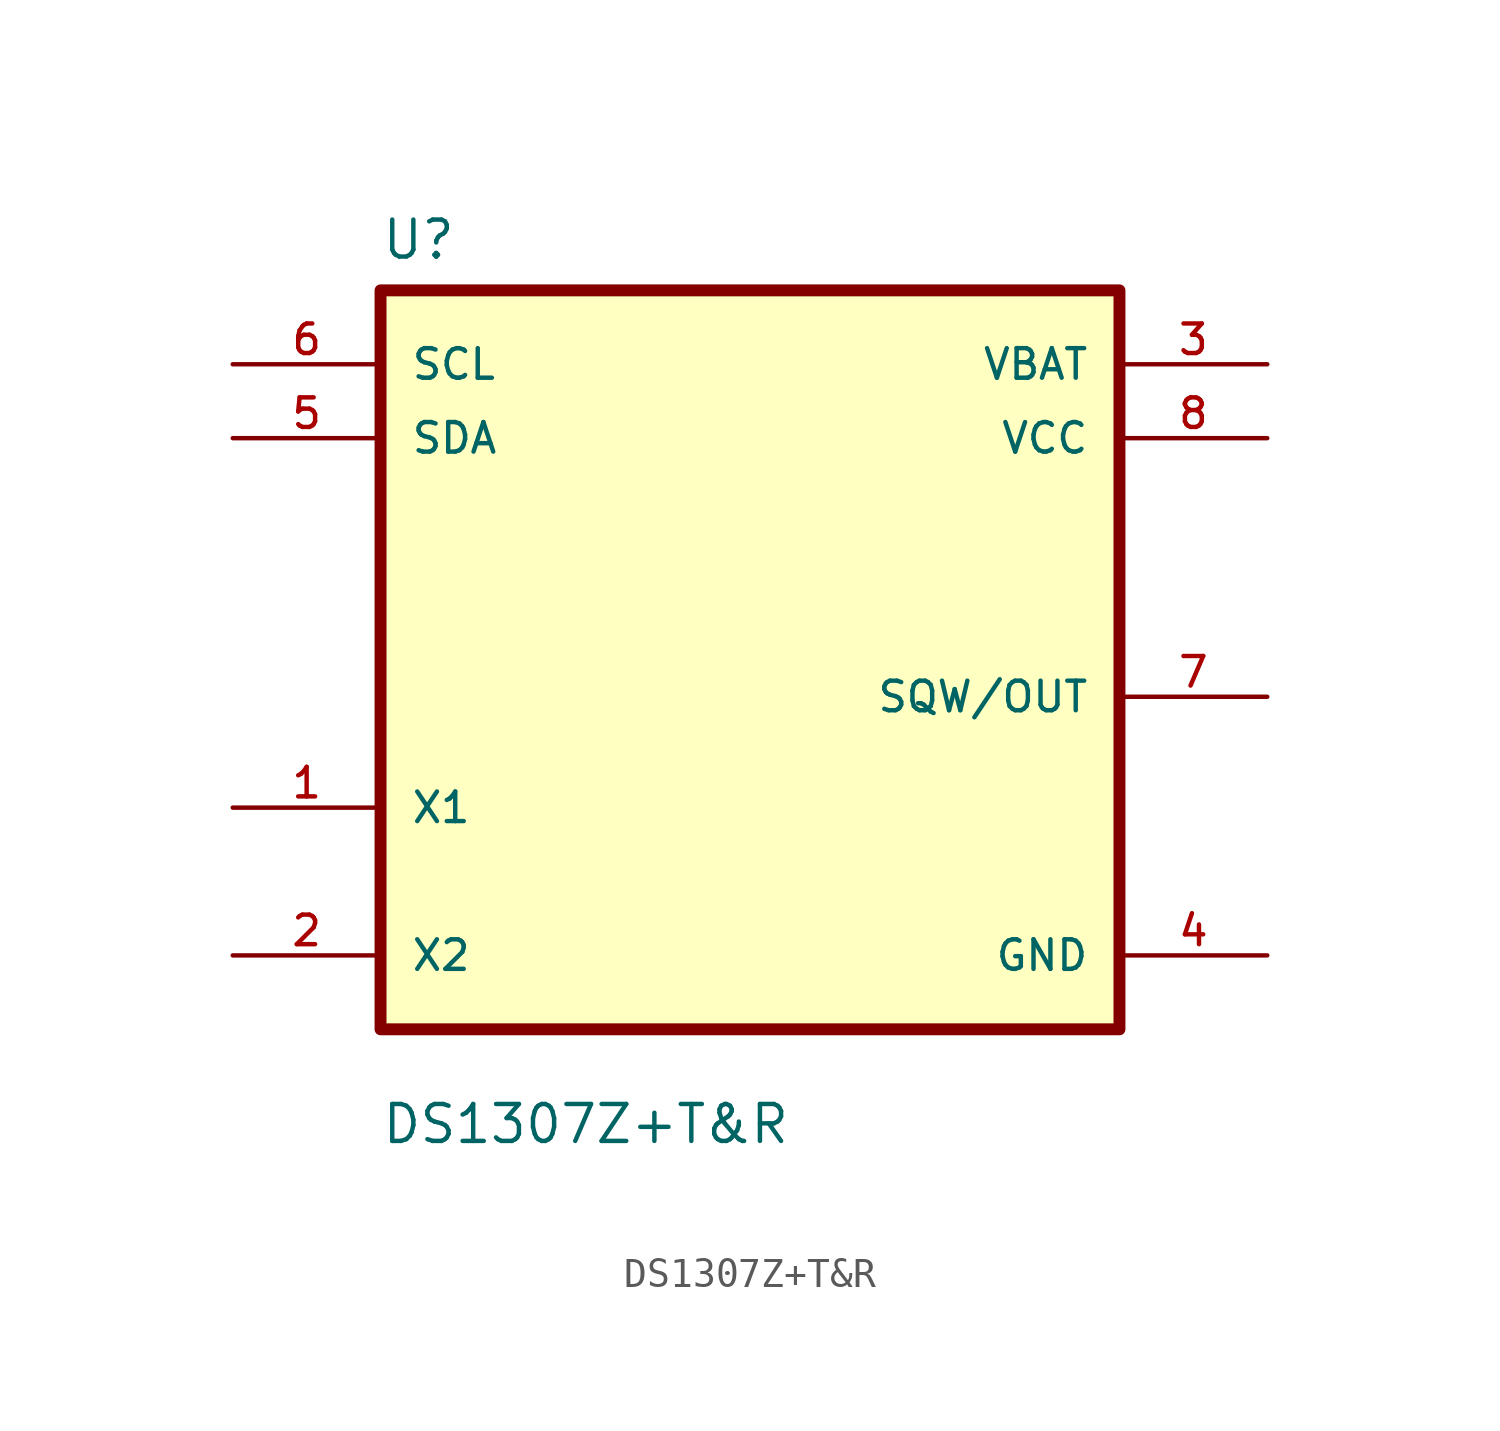
<source format=kicad_sym>
(kicad_symbol_lib
  (version 20211014)
  (generator kicad_symbol_editor)
  (symbol "DS1307Z+T&R"
    (pin_names
      (offset 1.016))
    (property "Reference" "U"
      (at -12.7 13.7 0)
      (effects (font (size 1.27 1.27)) (justify left bottom)))
    (property "Value" "DS1307Z+T&R"
      (at -12.7 -16.7 0)
      (effects (font (size 1.27 1.27)) (justify left bottom)))
    (symbol "DS1307Z+T&R_0_0"
      (rectangle (start -12.7 -12.7) (end 12.7 12.7) (stroke (width 0.41) (type default) (color 0 0 0 0)) (fill (type background)))
      (pin input line (at -17.78 -5.08 0) (length 5.08) (name "X1" (effects (font (size 1.016 1.016)))) (number "1" (effects (font (size 1.016 1.016)))))
      (pin output line (at -17.78 -10.16 0) (length 5.08) (name "X2" (effects (font (size 1.016 1.016)))) (number "2" (effects (font (size 1.016 1.016)))))
      (pin power_in line (at 17.78 10.16 180) (length 5.08) (name "VBAT" (effects (font (size 1.016 1.016)))) (number "3" (effects (font (size 1.016 1.016)))))
      (pin power_in line (at 17.78 -10.16 180) (length 5.08) (name "GND" (effects (font (size 1.016 1.016)))) (number "4" (effects (font (size 1.016 1.016)))))
      (pin bidirectional line (at -17.78 7.62 0) (length 5.08) (name "SDA" (effects (font (size 1.016 1.016)))) (number "5" (effects (font (size 1.016 1.016)))))
      (pin input line (at -17.78 10.16 0) (length 5.08) (name "SCL" (effects (font (size 1.016 1.016)))) (number "6" (effects (font (size 1.016 1.016)))))
      (pin output line (at 17.78 -1.27 180) (length 5.08) (name "SQW/OUT" (effects (font (size 1.016 1.016)))) (number "7" (effects (font (size 1.016 1.016)))))
      (pin power_in line (at 17.78 7.62 180) (length 5.08) (name "VCC" (effects (font (size 1.016 1.016)))) (number "8" (effects (font (size 1.016 1.016))))))))
</source>
